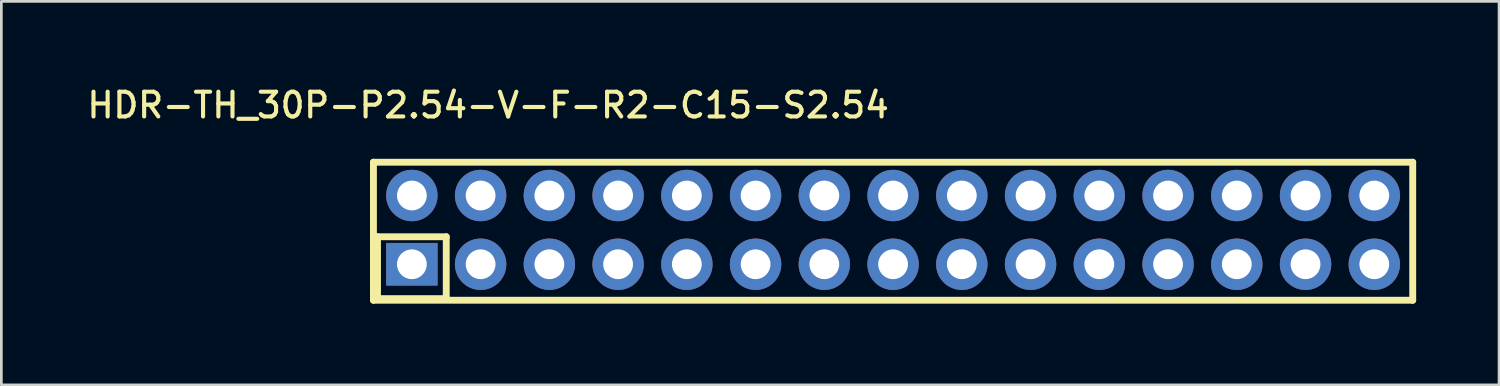
<source format=kicad_pcb>
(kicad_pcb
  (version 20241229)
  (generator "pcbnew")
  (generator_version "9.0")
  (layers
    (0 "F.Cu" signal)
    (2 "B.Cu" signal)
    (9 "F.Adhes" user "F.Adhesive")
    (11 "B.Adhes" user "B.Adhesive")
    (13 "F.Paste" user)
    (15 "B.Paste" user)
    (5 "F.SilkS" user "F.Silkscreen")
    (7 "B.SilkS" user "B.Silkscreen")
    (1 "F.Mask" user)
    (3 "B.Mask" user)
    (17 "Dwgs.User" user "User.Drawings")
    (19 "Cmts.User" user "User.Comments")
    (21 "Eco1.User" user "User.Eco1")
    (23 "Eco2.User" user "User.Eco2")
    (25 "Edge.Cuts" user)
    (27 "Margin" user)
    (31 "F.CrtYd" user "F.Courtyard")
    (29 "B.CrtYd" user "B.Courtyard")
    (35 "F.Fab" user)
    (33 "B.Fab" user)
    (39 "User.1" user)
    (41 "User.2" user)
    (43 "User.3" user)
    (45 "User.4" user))
  (footprint "HDR-TH_30P-P2.54-V-F-R2-C15-S2.54"
    (layer "F.Cu")
    (at 29.948 5.444)
    (property "Reference" "HDR-TH_30P-P2.54-V-F-R2-C15-S2.54" (at -0.065 -4.072 180) (layer "F.SilkS") (effects (font (size 0.914 0.914) (thickness 0.152)) (justify right bottom)))
    (fp_line (start -19.2 -2.5) (end 19.2 -2.5) (stroke (width 0.254) (type default)) (layer "F.SilkS"))
    (fp_line (start -19.2 2.6) (end -19.2 -2.5) (stroke (width 0.254) (type default)) (layer "F.SilkS"))
    (fp_line (start -19.05 0.254) (end -16.51 0.254) (stroke (width 0.254) (type default)) (layer "F.SilkS"))
    (fp_line (start -19.05 2.54) (end -19.05 0.254) (stroke (width 0.254) (type default)) (layer "F.SilkS"))
    (fp_line (start -16.51 0.254) (end -16.51 2.54) (stroke (width 0.254) (type default)) (layer "F.SilkS"))
    (fp_line (start -16.51 2.54) (end -19.05 2.54) (stroke (width 0.254) (type default)) (layer "F.SilkS"))
    (fp_line (start 19.2 -2.5) (end 19.2 2.6) (stroke (width 0.254) (type default)) (layer "F.SilkS"))
    (fp_line (start 19.2 2.6) (end -19.2 2.6) (stroke (width 0.254) (type default)) (layer "F.SilkS"))
    (fp_circle (center -19.25 2.5) (end -19.22 2.5) (stroke (width 0.06) (type default)) (fill no) (layer "User.5"))
    (pad "1" thru_hole rect (at -17.78 1.27) (size 1.9 1.575) (drill 1.1) (layers "*.Cu" "*.Mask"))
    (pad "2" thru_hole oval (at -17.78 -1.27) (size 1.9 1.9) (drill 1.1) (layers "*.Cu" "*.Mask"))
    (pad "3" thru_hole oval (at -15.24 1.27) (size 1.9 1.9) (drill 1.1) (layers "*.Cu" "*.Mask"))
    (pad "4" thru_hole oval (at -15.24 -1.27) (size 1.9 1.9) (drill 1.1) (layers "*.Cu" "*.Mask"))
    (pad "5" thru_hole oval (at -12.7 1.27) (size 1.9 1.9) (drill 1.1) (layers "*.Cu" "*.Mask"))
    (pad "6" thru_hole oval (at -12.7 -1.27) (size 1.9 1.9) (drill 1.1) (layers "*.Cu" "*.Mask"))
    (pad "7" thru_hole oval (at -10.16 1.27) (size 1.9 1.9) (drill 1.1) (layers "*.Cu" "*.Mask"))
    (pad "8" thru_hole oval (at -10.16 -1.27) (size 1.9 1.9) (drill 1.1) (layers "*.Cu" "*.Mask"))
    (pad "9" thru_hole oval (at -7.62 1.27) (size 1.9 1.9) (drill 1.1) (layers "*.Cu" "*.Mask"))
    (pad "10" thru_hole oval (at -7.62 -1.27) (size 1.9 1.9) (drill 1.1) (layers "*.Cu" "*.Mask"))
    (pad "11" thru_hole oval (at -5.08 1.27) (size 1.9 1.9) (drill 1.1) (layers "*.Cu" "*.Mask"))
    (pad "12" thru_hole oval (at -5.08 -1.27) (size 1.9 1.9) (drill 1.1) (layers "*.Cu" "*.Mask"))
    (pad "13" thru_hole oval (at -2.54 1.27) (size 1.9 1.9) (drill 1.1) (layers "*.Cu" "*.Mask"))
    (pad "14" thru_hole oval (at -2.54 -1.27) (size 1.9 1.9) (drill 1.1) (layers "*.Cu" "*.Mask"))
    (pad "15" thru_hole oval (at 0 1.27) (size 1.9 1.9) (drill 1.1) (layers "*.Cu" "*.Mask"))
    (pad "16" thru_hole oval (at 0 -1.27) (size 1.9 1.9) (drill 1.1) (layers "*.Cu" "*.Mask"))
    (pad "17" thru_hole oval (at 2.54 1.27) (size 1.9 1.9) (drill 1.1) (layers "*.Cu" "*.Mask"))
    (pad "18" thru_hole oval (at 2.54 -1.27) (size 1.9 1.9) (drill 1.1) (layers "*.Cu" "*.Mask"))
    (pad "19" thru_hole oval (at 5.08 1.27) (size 1.9 1.9) (drill 1.1) (layers "*.Cu" "*.Mask"))
    (pad "20" thru_hole oval (at 5.08 -1.27) (size 1.9 1.9) (drill 1.1) (layers "*.Cu" "*.Mask"))
    (pad "21" thru_hole oval (at 7.62 1.27) (size 1.9 1.9) (drill 1.1) (layers "*.Cu" "*.Mask"))
    (pad "22" thru_hole oval (at 7.62 -1.27) (size 1.9 1.9) (drill 1.1) (layers "*.Cu" "*.Mask"))
    (pad "23" thru_hole oval (at 10.16 1.27) (size 1.9 1.9) (drill 1.1) (layers "*.Cu" "*.Mask"))
    (pad "24" thru_hole oval (at 10.16 -1.27) (size 1.9 1.9) (drill 1.1) (layers "*.Cu" "*.Mask"))
    (pad "25" thru_hole oval (at 12.7 1.27) (size 1.9 1.9) (drill 1.1) (layers "*.Cu" "*.Mask"))
    (pad "26" thru_hole oval (at 12.7 -1.27) (size 1.9 1.9) (drill 1.1) (layers "*.Cu" "*.Mask"))
    (pad "27" thru_hole oval (at 15.24 1.27) (size 1.9 1.9) (drill 1.1) (layers "*.Cu" "*.Mask"))
    (pad "28" thru_hole oval (at 15.24 -1.27) (size 1.9 1.9) (drill 1.1) (layers "*.Cu" "*.Mask"))
    (pad "29" thru_hole oval (at 17.78 1.27) (size 1.9 1.9) (drill 1.1) (layers "*.Cu" "*.Mask"))
    (pad "30" thru_hole oval (at 17.78 -1.27) (size 1.9 1.9) (drill 1.1) (layers "*.Cu" "*.Mask"))
    (zone (net_name "") (layer "User.3") (hatch edge 0.5) (priority 100) (connect_pads yes) (min_thickness 0) (filled_areas_thickness no) (fill yes) (polygon (pts (xy 10.839 8.009) (xy 10.839 3.009) (xy 49.338 3.009) (xy 49.338 8.009))) (filled_polygon (layer "User.3") (island) (pts (xy 10.839 8.009) (xy 10.839 3.009) (xy 49.338 3.009) (xy 49.338 8.009))))
    (zone (net_name "") (layer "User.4") (hatch edge 0.5) (priority 100) (connect_pads yes) (min_thickness 0) (filled_areas_thickness no) (fill yes) (polygon (pts (xy 11.638 5.094) (xy 12.278 5.094) (xy 12.278 5.494) (xy 11.638 5.494))) (filled_polygon (layer "User.4") (island) (pts (xy 11.638 5.094) (xy 12.278 5.094) (xy 12.278 5.494) (xy 11.638 5.494))))
    (zone (net_name "") (layer "User.4") (hatch edge 0.5) (priority 100) (connect_pads yes) (min_thickness 0) (filled_areas_thickness no) (fill yes) (polygon (pts (xy 11.638 7.634) (xy 12.278 7.634) (xy 12.278 8.034) (xy 11.638 8.034))) (filled_polygon (layer "User.4") (island) (pts (xy 11.638 7.634) (xy 12.278 7.634) (xy 12.278 8.034) (xy 11.638 8.034))))
    (zone (net_name "") (layer "User.4") (hatch edge 0.5) (priority 100) (connect_pads yes) (min_thickness 0) (filled_areas_thickness no) (fill yes) (polygon (pts (xy 14.178 5.094) (xy 14.818 5.094) (xy 14.818 5.494) (xy 14.178 5.494))) (filled_polygon (layer "User.4") (island) (pts (xy 14.178 5.094) (xy 14.818 5.094) (xy 14.818 5.494) (xy 14.178 5.494))))
    (zone (net_name "") (layer "User.4") (hatch edge 0.5) (priority 100) (connect_pads yes) (min_thickness 0) (filled_areas_thickness no) (fill yes) (polygon (pts (xy 14.178 7.634) (xy 14.818 7.634) (xy 14.818 8.034) (xy 14.178 8.034))) (filled_polygon (layer "User.4") (island) (pts (xy 14.178 7.634) (xy 14.818 7.634) (xy 14.818 8.034) (xy 14.178 8.034))))
    (zone (net_name "") (layer "User.4") (hatch edge 0.5) (priority 100) (connect_pads yes) (min_thickness 0) (filled_areas_thickness no) (fill yes) (polygon (pts (xy 16.718 5.094) (xy 17.358 5.094) (xy 17.358 5.494) (xy 16.718 5.494))) (filled_polygon (layer "User.4") (island) (pts (xy 16.718 5.094) (xy 17.358 5.094) (xy 17.358 5.494) (xy 16.718 5.494))))
    (zone (net_name "") (layer "User.4") (hatch edge 0.5) (priority 100) (connect_pads yes) (min_thickness 0) (filled_areas_thickness no) (fill yes) (polygon (pts (xy 16.718 7.634) (xy 17.358 7.634) (xy 17.358 8.034) (xy 16.718 8.034))) (filled_polygon (layer "User.4") (island) (pts (xy 16.718 7.634) (xy 17.358 7.634) (xy 17.358 8.034) (xy 16.718 8.034))))
    (zone (net_name "") (layer "User.4") (hatch edge 0.5) (priority 100) (connect_pads yes) (min_thickness 0) (filled_areas_thickness no) (fill yes) (polygon (pts (xy 19.258 5.094) (xy 19.898 5.094) (xy 19.898 5.494) (xy 19.258 5.494))) (filled_polygon (layer "User.4") (island) (pts (xy 19.258 5.094) (xy 19.898 5.094) (xy 19.898 5.494) (xy 19.258 5.494))))
    (zone (net_name "") (layer "User.4") (hatch edge 0.5) (priority 100) (connect_pads yes) (min_thickness 0) (filled_areas_thickness no) (fill yes) (polygon (pts (xy 19.258 7.634) (xy 19.898 7.634) (xy 19.898 8.034) (xy 19.258 8.034))) (filled_polygon (layer "User.4") (island) (pts (xy 19.258 7.634) (xy 19.898 7.634) (xy 19.898 8.034) (xy 19.258 8.034))))
    (zone (net_name "") (layer "User.4") (hatch edge 0.5) (priority 100) (connect_pads yes) (min_thickness 0) (filled_areas_thickness no) (fill yes) (polygon (pts (xy 21.798 5.094) (xy 22.438 5.094) (xy 22.438 5.494) (xy 21.798 5.494))) (filled_polygon (layer "User.4") (island) (pts (xy 21.798 5.094) (xy 22.438 5.094) (xy 22.438 5.494) (xy 21.798 5.494))))
    (zone (net_name "") (layer "User.4") (hatch edge 0.5) (priority 100) (connect_pads yes) (min_thickness 0) (filled_areas_thickness no) (fill yes) (polygon (pts (xy 21.798 7.634) (xy 22.438 7.634) (xy 22.438 8.034) (xy 21.798 8.034))) (filled_polygon (layer "User.4") (island) (pts (xy 21.798 7.634) (xy 22.438 7.634) (xy 22.438 8.034) (xy 21.798 8.034))))
    (zone (net_name "") (layer "User.4") (hatch edge 0.5) (priority 100) (connect_pads yes) (min_thickness 0) (filled_areas_thickness no) (fill yes) (polygon (pts (xy 24.338 5.094) (xy 24.978 5.094) (xy 24.978 5.494) (xy 24.338 5.494))) (filled_polygon (layer "User.4") (island) (pts (xy 24.338 5.094) (xy 24.978 5.094) (xy 24.978 5.494) (xy 24.338 5.494))))
    (zone (net_name "") (layer "User.4") (hatch edge 0.5) (priority 100) (connect_pads yes) (min_thickness 0) (filled_areas_thickness no) (fill yes) (polygon (pts (xy 24.338 7.634) (xy 24.978 7.634) (xy 24.978 8.034) (xy 24.338 8.034))) (filled_polygon (layer "User.4") (island) (pts (xy 24.338 7.634) (xy 24.978 7.634) (xy 24.978 8.034) (xy 24.338 8.034))))
    (zone (net_name "") (layer "User.4") (hatch edge 0.5) (priority 100) (connect_pads yes) (min_thickness 0) (filled_areas_thickness no) (fill yes) (polygon (pts (xy 26.878 5.094) (xy 27.518 5.094) (xy 27.518 5.494) (xy 26.878 5.494))) (filled_polygon (layer "User.4") (island) (pts (xy 26.878 5.094) (xy 27.518 5.094) (xy 27.518 5.494) (xy 26.878 5.494))))
    (zone (net_name "") (layer "User.4") (hatch edge 0.5) (priority 100) (connect_pads yes) (min_thickness 0) (filled_areas_thickness no) (fill yes) (polygon (pts (xy 26.878 7.634) (xy 27.518 7.634) (xy 27.518 8.034) (xy 26.878 8.034))) (filled_polygon (layer "User.4") (island) (pts (xy 26.878 7.634) (xy 27.518 7.634) (xy 27.518 8.034) (xy 26.878 8.034))))
    (zone (net_name "") (layer "User.4") (hatch edge 0.5) (priority 100) (connect_pads yes) (min_thickness 0) (filled_areas_thickness no) (fill yes) (polygon (pts (xy 29.418 5.094) (xy 30.058 5.094) (xy 30.058 5.494) (xy 29.418 5.494))) (filled_polygon (layer "User.4") (island) (pts (xy 29.418 5.094) (xy 30.058 5.094) (xy 30.058 5.494) (xy 29.418 5.494))))
    (zone (net_name "") (layer "User.4") (hatch edge 0.5) (priority 100) (connect_pads yes) (min_thickness 0) (filled_areas_thickness no) (fill yes) (polygon (pts (xy 29.418 7.634) (xy 30.058 7.634) (xy 30.058 8.034) (xy 29.418 8.034))) (filled_polygon (layer "User.4") (island) (pts (xy 29.418 7.634) (xy 30.058 7.634) (xy 30.058 8.034) (xy 29.418 8.034))))
    (zone (net_name "") (layer "User.4") (hatch edge 0.5) (priority 100) (connect_pads yes) (min_thickness 0) (filled_areas_thickness no) (fill yes) (polygon (pts (xy 31.958 5.094) (xy 32.598 5.094) (xy 32.598 5.494) (xy 31.958 5.494))) (filled_polygon (layer "User.4") (island) (pts (xy 31.958 5.094) (xy 32.598 5.094) (xy 32.598 5.494) (xy 31.958 5.494))))
    (zone (net_name "") (layer "User.4") (hatch edge 0.5) (priority 100) (connect_pads yes) (min_thickness 0) (filled_areas_thickness no) (fill yes) (polygon (pts (xy 31.958 7.634) (xy 32.598 7.634) (xy 32.598 8.034) (xy 31.958 8.034))) (filled_polygon (layer "User.4") (island) (pts (xy 31.958 7.634) (xy 32.598 7.634) (xy 32.598 8.034) (xy 31.958 8.034))))
    (zone (net_name "") (layer "User.4") (hatch edge 0.5) (priority 100) (connect_pads yes) (min_thickness 0) (filled_areas_thickness no) (fill yes) (polygon (pts (xy 34.498 5.094) (xy 35.138 5.094) (xy 35.138 5.494) (xy 34.498 5.494))) (filled_polygon (layer "User.4") (island) (pts (xy 34.498 5.094) (xy 35.138 5.094) (xy 35.138 5.494) (xy 34.498 5.494))))
    (zone (net_name "") (layer "User.4") (hatch edge 0.5) (priority 100) (connect_pads yes) (min_thickness 0) (filled_areas_thickness no) (fill yes) (polygon (pts (xy 34.498 7.634) (xy 35.138 7.634) (xy 35.138 8.034) (xy 34.498 8.034))) (filled_polygon (layer "User.4") (island) (pts (xy 34.498 7.634) (xy 35.138 7.634) (xy 35.138 8.034) (xy 34.498 8.034))))
    (zone (net_name "") (layer "User.4") (hatch edge 0.5) (priority 100) (connect_pads yes) (min_thickness 0) (filled_areas_thickness no) (fill yes) (polygon (pts (xy 37.038 5.094) (xy 37.678 5.094) (xy 37.678 5.494) (xy 37.038 5.494))) (filled_polygon (layer "User.4") (island) (pts (xy 37.038 5.094) (xy 37.678 5.094) (xy 37.678 5.494) (xy 37.038 5.494))))
    (zone (net_name "") (layer "User.4") (hatch edge 0.5) (priority 100) (connect_pads yes) (min_thickness 0) (filled_areas_thickness no) (fill yes) (polygon (pts (xy 37.038 7.634) (xy 37.678 7.634) (xy 37.678 8.034) (xy 37.038 8.034))) (filled_polygon (layer "User.4") (island) (pts (xy 37.038 7.634) (xy 37.678 7.634) (xy 37.678 8.034) (xy 37.038 8.034))))
    (zone (net_name "") (layer "User.4") (hatch edge 0.5) (priority 100) (connect_pads yes) (min_thickness 0) (filled_areas_thickness no) (fill yes) (polygon (pts (xy 39.578 5.094) (xy 40.218 5.094) (xy 40.218 5.494) (xy 39.578 5.494))) (filled_polygon (layer "User.4") (island) (pts (xy 39.578 5.094) (xy 40.218 5.094) (xy 40.218 5.494) (xy 39.578 5.494))))
    (zone (net_name "") (layer "User.4") (hatch edge 0.5) (priority 100) (connect_pads yes) (min_thickness 0) (filled_areas_thickness no) (fill yes) (polygon (pts (xy 39.578 7.634) (xy 40.218 7.634) (xy 40.218 8.034) (xy 39.578 8.034))) (filled_polygon (layer "User.4") (island) (pts (xy 39.578 7.634) (xy 40.218 7.634) (xy 40.218 8.034) (xy 39.578 8.034))))
    (zone (net_name "") (layer "User.4") (hatch edge 0.5) (priority 100) (connect_pads yes) (min_thickness 0) (filled_areas_thickness no) (fill yes) (polygon (pts (xy 42.118 5.094) (xy 42.758 5.094) (xy 42.758 5.494) (xy 42.118 5.494))) (filled_polygon (layer "User.4") (island) (pts (xy 42.118 5.094) (xy 42.758 5.094) (xy 42.758 5.494) (xy 42.118 5.494))))
    (zone (net_name "") (layer "User.4") (hatch edge 0.5) (priority 100) (connect_pads yes) (min_thickness 0) (filled_areas_thickness no) (fill yes) (polygon (pts (xy 42.118 7.634) (xy 42.758 7.634) (xy 42.758 8.034) (xy 42.118 8.034))) (filled_polygon (layer "User.4") (island) (pts (xy 42.118 7.634) (xy 42.758 7.634) (xy 42.758 8.034) (xy 42.118 8.034))))
    (zone (net_name "") (layer "User.4") (hatch edge 0.5) (priority 100) (connect_pads yes) (min_thickness 0) (filled_areas_thickness no) (fill yes) (polygon (pts (xy 44.658 5.094) (xy 45.298 5.094) (xy 45.298 5.494) (xy 44.658 5.494))) (filled_polygon (layer "User.4") (island) (pts (xy 44.658 5.094) (xy 45.298 5.094) (xy 45.298 5.494) (xy 44.658 5.494))))
    (zone (net_name "") (layer "User.4") (hatch edge 0.5) (priority 100) (connect_pads yes) (min_thickness 0) (filled_areas_thickness no) (fill yes) (polygon (pts (xy 44.658 7.634) (xy 45.298 7.634) (xy 45.298 8.034) (xy 44.658 8.034))) (filled_polygon (layer "User.4") (island) (pts (xy 44.658 7.634) (xy 45.298 7.634) (xy 45.298 8.034) (xy 44.658 8.034))))
    (zone (net_name "") (layer "User.4") (hatch edge 0.5) (priority 100) (connect_pads yes) (min_thickness 0) (filled_areas_thickness no) (fill yes) (polygon (pts (xy 47.198 5.094) (xy 47.838 5.094) (xy 47.838 5.494) (xy 47.198 5.494))) (filled_polygon (layer "User.4") (island) (pts (xy 47.198 5.094) (xy 47.838 5.094) (xy 47.838 5.494) (xy 47.198 5.494))))
    (zone (net_name "") (layer "User.4") (hatch edge 0.5) (priority 100) (connect_pads yes) (min_thickness 0) (filled_areas_thickness no) (fill yes) (polygon (pts (xy 47.198 7.634) (xy 47.838 7.634) (xy 47.838 8.034) (xy 47.198 8.034))) (filled_polygon (layer "User.4") (island) (pts (xy 47.198 7.634) (xy 47.838 7.634) (xy 47.838 8.034) (xy 47.198 8.034)))))
  (gr_rect
    (start -3 -3)
    (end 52.338 11.171)
    (stroke (width 0.1) (type default))
    (fill no)
    (layer "Edge.Cuts")))
</source>
